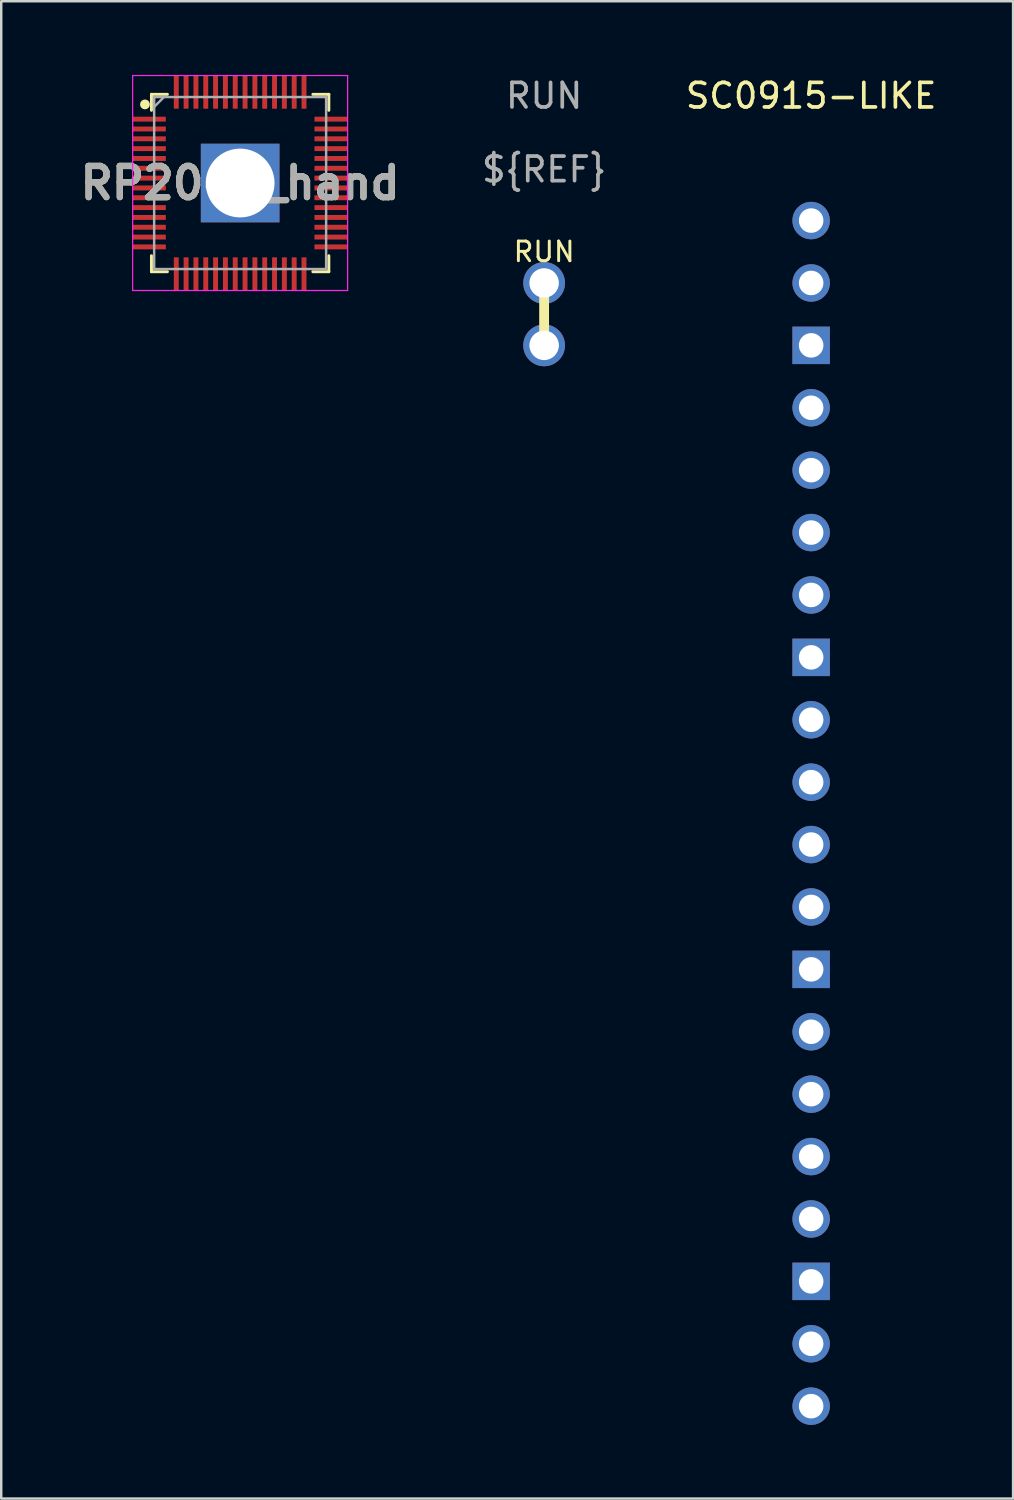
<source format=kicad_pcb>
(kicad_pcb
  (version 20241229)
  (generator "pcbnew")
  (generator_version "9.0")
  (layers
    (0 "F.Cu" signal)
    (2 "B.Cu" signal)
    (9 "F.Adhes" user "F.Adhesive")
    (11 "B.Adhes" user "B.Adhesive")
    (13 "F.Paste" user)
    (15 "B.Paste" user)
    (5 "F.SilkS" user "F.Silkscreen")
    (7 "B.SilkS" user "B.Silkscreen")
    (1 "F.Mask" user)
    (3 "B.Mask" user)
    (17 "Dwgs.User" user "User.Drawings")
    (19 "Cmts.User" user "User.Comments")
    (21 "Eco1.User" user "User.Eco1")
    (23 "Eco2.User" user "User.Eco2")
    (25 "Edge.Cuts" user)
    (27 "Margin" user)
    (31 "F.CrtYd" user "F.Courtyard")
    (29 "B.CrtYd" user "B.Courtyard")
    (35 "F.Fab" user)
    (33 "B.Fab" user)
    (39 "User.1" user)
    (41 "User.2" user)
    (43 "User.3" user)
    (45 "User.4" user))
  (footprint "RUN"
    (layer "F.Cu")
    (at 19.099 8.468)
    (property "Reference" "RUN" (at 0 -7.62 0) (unlocked yes) (layer "F.Fab") (effects (font (size 1 1) (thickness 0.15))))
    (attr smd)
    (fp_line (start 0 0) (end 0 2.54) (stroke (width 0.4) (type solid)) (layer "F.SilkS"))
    (fp_text user "RUN" (at 0 -1.27 0) (unlocked yes) (layer "F.SilkS") (effects (font (size 0.8 0.8) (thickness 0.12))))
    (fp_text user "${REF}" (at 0 -4.62 0) (unlocked yes) (layer "F.Fab") (effects (font (size 1 1) (thickness 0.15))))
    (pad "1" thru_hole circle (at 0 2.54) (size 1.7 1.7) (drill 1.2) (layers "*.Cu" "*.Mask"))
    (pad "2" thru_hole circle (at 0 0) (size 1.7 1.7) (drill 1.2) (layers "*.Cu" "*.Mask")))
  (footprint "SC0915-LIKE"
    (layer "F.Cu")
    (at 29.968 21.168)
    (property "Reference" "SC0915-LIKE" (at 0 -20.32 0) (unlocked yes) (layer "F.SilkS") (effects (font (size 1 1) (thickness 0.15))))
    (attr smd)
    (pad "1" thru_hole circle (at 0 -15.24) (size 1.524 1.524) (drill 1) (layers "*.Cu" "*.Mask"))
    (pad "2" thru_hole circle (at 0 -12.7 180) (size 1.524 1.524) (drill 1) (layers "*.Cu" "*.Mask"))
    (pad "3" thru_hole rect (at 0 -10.16) (size 1.524 1.524) (drill 1) (layers "*.Cu" "*.Mask"))
    (pad "4" thru_hole circle (at 0 -7.62) (size 1.524 1.524) (drill 1) (layers "*.Cu" "*.Mask"))
    (pad "5" thru_hole circle (at 0 -5.08) (size 1.524 1.524) (drill 1) (layers "*.Cu" "*.Mask"))
    (pad "6" thru_hole circle (at 0 -2.54) (size 1.524 1.524) (drill 1) (layers "*.Cu" "*.Mask"))
    (pad "7" thru_hole circle (at 0 0) (size 1.524 1.524) (drill 1) (layers "*.Cu" "*.Mask"))
    (pad "8" thru_hole rect (at 0 2.54) (size 1.524 1.524) (drill 1) (layers "*.Cu" "*.Mask"))
    (pad "9" thru_hole circle (at 0 5.08) (size 1.524 1.524) (drill 1) (layers "*.Cu" "*.Mask"))
    (pad "10" thru_hole circle (at 0 7.62) (size 1.524 1.524) (drill 1) (layers "*.Cu" "*.Mask"))
    (pad "11" thru_hole circle (at 0 10.16) (size 1.524 1.524) (drill 1) (layers "*.Cu" "*.Mask"))
    (pad "12" thru_hole circle (at 0 12.7) (size 1.524 1.524) (drill 1) (layers "*.Cu" "*.Mask"))
    (pad "13" thru_hole rect (at 0 15.24) (size 1.524 1.524) (drill 1) (layers "*.Cu" "*.Mask"))
    (pad "14" thru_hole circle (at 0 17.78) (size 1.524 1.524) (drill 1) (layers "*.Cu" "*.Mask"))
    (pad "15" thru_hole circle (at 0 20.32) (size 1.524 1.524) (drill 1) (layers "*.Cu" "*.Mask"))
    (pad "16" thru_hole circle (at 0 22.86) (size 1.524 1.524) (drill 1) (layers "*.Cu" "*.Mask"))
    (pad "17" thru_hole circle (at 0 25.4) (size 1.524 1.524) (drill 1) (layers "*.Cu" "*.Mask"))
    (pad "18" thru_hole rect (at 0 27.94) (size 1.524 1.524) (drill 1) (layers "*.Cu" "*.Mask"))
    (pad "19" thru_hole circle (at 0 30.48) (size 1.524 1.524) (drill 1) (layers "*.Cu" "*.Mask"))
    (pad "20" thru_hole circle (at 0 33.02) (size 1.524 1.524) (drill 1) (layers "*.Cu" "*.Mask")))
  (footprint "RP2040_hand"
    (layer "F.Cu")
    (at 6.725 4.4)
    (property "Reference" "RP2040_hand" (at 0 0 0) (layer "F.SilkS") (effects (font (size 1.27 1.27) (thickness 0.254))))
    (attr smd)
    (fp_line (start -3.61 -3.61) (end -3.61 -2.96) (stroke (width 0.12) (type solid)) (layer "F.SilkS"))
    (fp_line (start -3.61 3.61) (end -3.61 2.96) (stroke (width 0.12) (type solid)) (layer "F.SilkS"))
    (fp_line (start -2.96 -3.61) (end -3.61 -3.61) (stroke (width 0.12) (type solid)) (layer "F.SilkS"))
    (fp_line (start -2.96 3.61) (end -3.61 3.61) (stroke (width 0.12) (type solid)) (layer "F.SilkS"))
    (fp_line (start 2.96 -3.61) (end 3.61 -3.61) (stroke (width 0.12) (type solid)) (layer "F.SilkS"))
    (fp_line (start 2.96 3.61) (end 3.61 3.61) (stroke (width 0.12) (type solid)) (layer "F.SilkS"))
    (fp_line (start 3.61 -3.61) (end 3.61 -2.96) (stroke (width 0.12) (type solid)) (layer "F.SilkS"))
    (fp_line (start 3.61 3.61) (end 3.61 2.96) (stroke (width 0.12) (type solid)) (layer "F.SilkS"))
    (fp_circle (center -3.875 -3.2) (end -3.875 -3.1) (stroke (width 0.2) (type solid)) (fill no) (layer "F.SilkS"))
    (fp_line (start -4.375 -4.375) (end 4.375 -4.375) (stroke (width 0.05) (type solid)) (layer "F.CrtYd"))
    (fp_line (start -4.375 4.375) (end -4.375 -4.375) (stroke (width 0.05) (type solid)) (layer "F.CrtYd"))
    (fp_line (start 4.375 -4.375) (end 4.375 4.375) (stroke (width 0.05) (type solid)) (layer "F.CrtYd"))
    (fp_line (start 4.375 4.375) (end -4.375 4.375) (stroke (width 0.05) (type solid)) (layer "F.CrtYd"))
    (fp_line (start -3.5 -3.5) (end 3.5 -3.5) (stroke (width 0.1) (type solid)) (layer "F.Fab"))
    (fp_line (start -3.5 -3.1) (end -3.1 -3.5) (stroke (width 0.1) (type solid)) (layer "F.Fab"))
    (fp_line (start -3.5 3.5) (end -3.5 -3.5) (stroke (width 0.1) (type solid)) (layer "F.Fab"))
    (fp_line (start 3.5 -3.5) (end 3.5 3.5) (stroke (width 0.1) (type solid)) (layer "F.Fab"))
    (fp_line (start 3.5 3.5) (end -3.5 3.5) (stroke (width 0.1) (type solid)) (layer "F.Fab"))
    (fp_text user "${REFERENCE}" (at 0 0 0) (layer "F.Fab") (effects (font (size 1.27 1.27) (thickness 0.254))))
    (pad "1" smd rect (at -3.7 -2.6 90) (size 0.2 1.35) (layers "F.Cu" "F.Mask" "F.Paste"))
    (pad "2" smd rect (at -3.7 -2.2 90) (size 0.2 1.35) (layers "F.Cu" "F.Mask" "F.Paste"))
    (pad "3" smd rect (at -3.7 -1.8 90) (size 0.2 1.35) (layers "F.Cu" "F.Mask" "F.Paste"))
    (pad "4" smd rect (at -3.7 -1.4 90) (size 0.2 1.35) (layers "F.Cu" "F.Mask" "F.Paste"))
    (pad "5" smd rect (at -3.7 -1 90) (size 0.2 1.35) (layers "F.Cu" "F.Mask" "F.Paste"))
    (pad "6" smd rect (at -3.7 -0.6 90) (size 0.2 1.35) (layers "F.Cu" "F.Mask" "F.Paste"))
    (pad "7" smd rect (at -3.7 -0.2 90) (size 0.2 1.35) (layers "F.Cu" "F.Mask" "F.Paste"))
    (pad "8" smd rect (at -3.7 0.2 90) (size 0.2 1.35) (layers "F.Cu" "F.Mask" "F.Paste"))
    (pad "9" smd rect (at -3.7 0.6 90) (size 0.2 1.35) (layers "F.Cu" "F.Mask" "F.Paste"))
    (pad "10" smd rect (at -3.7 1 90) (size 0.2 1.35) (layers "F.Cu" "F.Mask" "F.Paste"))
    (pad "11" smd rect (at -3.7 1.4 90) (size 0.2 1.35) (layers "F.Cu" "F.Mask" "F.Paste"))
    (pad "12" smd rect (at -3.7 1.8 90) (size 0.2 1.35) (layers "F.Cu" "F.Mask" "F.Paste"))
    (pad "13" smd rect (at -3.7 2.2 90) (size 0.2 1.35) (layers "F.Cu" "F.Mask" "F.Paste"))
    (pad "14" smd rect (at -3.7 2.6 90) (size 0.2 1.35) (layers "F.Cu" "F.Mask" "F.Paste"))
    (pad "15" smd rect (at -2.6 3.7) (size 0.2 1.35) (layers "F.Cu" "F.Mask" "F.Paste"))
    (pad "16" smd rect (at -2.2 3.7) (size 0.2 1.35) (layers "F.Cu" "F.Mask" "F.Paste"))
    (pad "17" smd rect (at -1.8 3.7) (size 0.2 1.35) (layers "F.Cu" "F.Mask" "F.Paste"))
    (pad "18" smd rect (at -1.4 3.7) (size 0.2 1.35) (layers "F.Cu" "F.Mask" "F.Paste"))
    (pad "19" smd rect (at -1 3.7) (size 0.2 1.35) (layers "F.Cu" "F.Mask" "F.Paste"))
    (pad "20" smd rect (at -0.6 3.7) (size 0.2 1.35) (layers "F.Cu" "F.Mask" "F.Paste"))
    (pad "21" smd rect (at -0.2 3.7) (size 0.2 1.35) (layers "F.Cu" "F.Mask" "F.Paste"))
    (pad "22" smd rect (at 0.2 3.7) (size 0.2 1.35) (layers "F.Cu" "F.Mask" "F.Paste"))
    (pad "23" smd rect (at 0.6 3.7) (size 0.2 1.35) (layers "F.Cu" "F.Mask" "F.Paste"))
    (pad "24" smd rect (at 1 3.7) (size 0.2 1.35) (layers "F.Cu" "F.Mask" "F.Paste"))
    (pad "25" smd rect (at 1.4 3.7) (size 0.2 1.35) (layers "F.Cu" "F.Mask" "F.Paste"))
    (pad "26" smd rect (at 1.8 3.7) (size 0.2 1.35) (layers "F.Cu" "F.Mask" "F.Paste"))
    (pad "27" smd rect (at 2.2 3.7) (size 0.2 1.35) (layers "F.Cu" "F.Mask" "F.Paste"))
    (pad "28" smd rect (at 2.6 3.7) (size 0.2 1.35) (layers "F.Cu" "F.Mask" "F.Paste"))
    (pad "29" smd rect (at 3.7 2.6 90) (size 0.2 1.35) (layers "F.Cu" "F.Mask" "F.Paste"))
    (pad "30" smd rect (at 3.7 2.2 90) (size 0.2 1.35) (layers "F.Cu" "F.Mask" "F.Paste"))
    (pad "31" smd rect (at 3.7 1.8 90) (size 0.2 1.35) (layers "F.Cu" "F.Mask" "F.Paste"))
    (pad "32" smd rect (at 3.7 1.4 90) (size 0.2 1.35) (layers "F.Cu" "F.Mask" "F.Paste"))
    (pad "33" smd rect (at 3.7 1 90) (size 0.2 1.35) (layers "F.Cu" "F.Mask" "F.Paste"))
    (pad "34" smd rect (at 3.7 0.6 90) (size 0.2 1.35) (layers "F.Cu" "F.Mask" "F.Paste"))
    (pad "35" smd rect (at 3.7 0.2 90) (size 0.2 1.35) (layers "F.Cu" "F.Mask" "F.Paste"))
    (pad "36" smd rect (at 3.7 -0.2 90) (size 0.2 1.35) (layers "F.Cu" "F.Mask" "F.Paste"))
    (pad "37" smd rect (at 3.7 -0.6 90) (size 0.2 1.35) (layers "F.Cu" "F.Mask" "F.Paste"))
    (pad "38" smd rect (at 3.7 -1 90) (size 0.2 1.35) (layers "F.Cu" "F.Mask" "F.Paste"))
    (pad "39" smd rect (at 3.7 -1.4 90) (size 0.2 1.35) (layers "F.Cu" "F.Mask" "F.Paste"))
    (pad "40" smd rect (at 3.7 -1.8 90) (size 0.2 1.35) (layers "F.Cu" "F.Mask" "F.Paste"))
    (pad "41" smd rect (at 3.7 -2.2 90) (size 0.2 1.35) (layers "F.Cu" "F.Mask" "F.Paste"))
    (pad "42" smd rect (at 3.7 -2.6 90) (size 0.2 1.35) (layers "F.Cu" "F.Mask" "F.Paste"))
    (pad "43" smd rect (at 2.6 -3.7) (size 0.2 1.35) (layers "F.Cu" "F.Mask" "F.Paste"))
    (pad "44" smd rect (at 2.2 -3.7) (size 0.2 1.35) (layers "F.Cu" "F.Mask" "F.Paste"))
    (pad "45" smd rect (at 1.8 -3.7) (size 0.2 1.35) (layers "F.Cu" "F.Mask" "F.Paste"))
    (pad "46" smd rect (at 1.4 -3.7) (size 0.2 1.35) (layers "F.Cu" "F.Mask" "F.Paste"))
    (pad "47" smd rect (at 1 -3.7) (size 0.2 1.35) (layers "F.Cu" "F.Mask" "F.Paste"))
    (pad "48" smd rect (at 0.6 -3.7) (size 0.2 1.35) (layers "F.Cu" "F.Mask" "F.Paste"))
    (pad "49" smd rect (at 0.2 -3.7) (size 0.2 1.35) (layers "F.Cu" "F.Mask" "F.Paste"))
    (pad "50" smd rect (at -0.2 -3.7) (size 0.2 1.35) (layers "F.Cu" "F.Mask" "F.Paste"))
    (pad "51" smd rect (at -0.6 -3.7) (size 0.2 1.35) (layers "F.Cu" "F.Mask" "F.Paste"))
    (pad "52" smd rect (at -1 -3.7) (size 0.2 1.35) (layers "F.Cu" "F.Mask" "F.Paste"))
    (pad "53" smd rect (at -1.4 -3.7) (size 0.2 1.35) (layers "F.Cu" "F.Mask" "F.Paste"))
    (pad "54" smd rect (at -1.8 -3.7) (size 0.2 1.35) (layers "F.Cu" "F.Mask" "F.Paste"))
    (pad "55" smd rect (at -2.2 -3.7) (size 0.2 1.35) (layers "F.Cu" "F.Mask" "F.Paste"))
    (pad "56" smd rect (at -2.6 -3.7) (size 0.2 1.35) (layers "F.Cu" "F.Mask" "F.Paste"))
    (pad "57" thru_hole rect (at 0 0) (size 3.2 3.2) (drill 2.8) (layers "*.Cu" "*.Mask")))
  (gr_rect
    (start -3 -3)
    (end 38.188 57.95)
    (stroke (width 0.1) (type default))
    (fill no)
    (layer "Edge.Cuts")))
</source>
